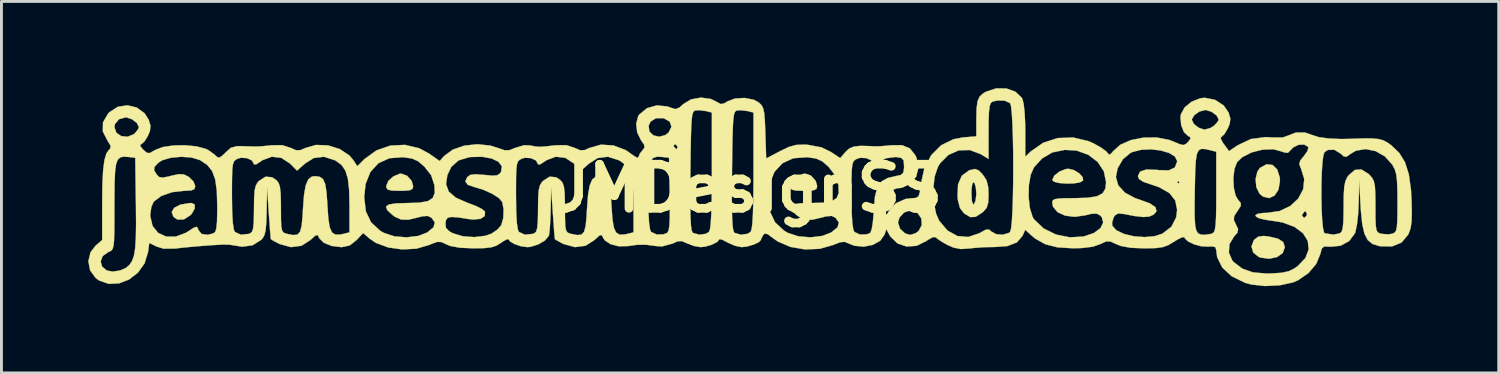
<source format=kicad_pcb>
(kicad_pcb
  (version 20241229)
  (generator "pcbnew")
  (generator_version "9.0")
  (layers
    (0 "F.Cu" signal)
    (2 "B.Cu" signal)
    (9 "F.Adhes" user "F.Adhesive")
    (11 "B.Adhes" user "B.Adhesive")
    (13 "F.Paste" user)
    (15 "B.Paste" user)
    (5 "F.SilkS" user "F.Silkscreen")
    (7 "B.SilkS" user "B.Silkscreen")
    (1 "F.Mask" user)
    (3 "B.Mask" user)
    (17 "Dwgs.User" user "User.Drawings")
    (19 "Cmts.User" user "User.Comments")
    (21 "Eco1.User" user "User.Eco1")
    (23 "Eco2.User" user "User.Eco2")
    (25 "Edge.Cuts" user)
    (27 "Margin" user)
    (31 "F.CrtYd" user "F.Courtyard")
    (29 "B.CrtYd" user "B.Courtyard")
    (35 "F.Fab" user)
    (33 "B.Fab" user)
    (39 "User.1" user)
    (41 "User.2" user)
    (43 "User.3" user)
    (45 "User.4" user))
  (footprint "JMDesignSS"
    (layer "F.Cu")
    (at 22.835 3.463)
    (property "Reference" "JMDesignSS" (at 0 0 0) (layer "F.SilkS") (effects (font (size 1.524 1.524) (thickness 0.3))))
    (attr through_hole)
    (fp_poly (pts (xy -19.15 0.564) (xy -19.154 0.704) (xy -19.258 0.881) (xy -19.304 0.931) (xy -19.528 1.075) (xy -19.748 1.08) (xy -19.888 0.984) (xy -19.948 0.819) (xy -19.862 0.673) (xy -19.654 0.564) (xy -19.348 0.511) (xy -19.251 0.508) (xy -19.15 0.564)) (stroke (width 0.01) (type solid)) (fill yes) (layer "F.SilkS"))
    (fp_poly (pts (xy 18.119 -0.808) (xy 18.28 -0.65) (xy 18.366 -0.378) (xy 18.373 -0.254) (xy 18.321 0.048) (xy 18.185 0.251) (xy 17.997 0.337) (xy 17.787 0.285) (xy 17.666 0.184) (xy 17.555 -0.041) (xy 17.531 -0.323) (xy 17.594 -0.584) (xy 17.681 -0.707) (xy 17.91 -0.833) (xy 18.119 -0.808)) (stroke (width 0.01) (type solid)) (fill yes) (layer "F.SilkS"))
    (fp_poly (pts (xy -11.808 -0.435) (xy -11.651 -0.259) (xy -11.599 -0.079) (xy -11.621 0.016) (xy -11.714 0.065) (xy -11.917 0.083) (xy -12.065 0.085) (xy -12.335 0.077) (xy -12.475 0.045) (xy -12.526 -0.026) (xy -12.531 -0.08) (xy -12.458 -0.256) (xy -12.283 -0.414) (xy -12.069 -0.503) (xy -12.01 -0.508) (xy -11.808 -0.435)) (stroke (width 0.01) (type solid)) (fill yes) (layer "F.SilkS"))
    (fp_poly (pts (xy 2.162 -0.435) (xy 2.319 -0.259) (xy 2.371 -0.079) (xy 2.349 0.016) (xy 2.256 0.065) (xy 2.053 0.083) (xy 1.905 0.085) (xy 1.635 0.077) (xy 1.495 0.045) (xy 1.444 -0.026) (xy 1.439 -0.08) (xy 1.512 -0.256) (xy 1.687 -0.414) (xy 1.901 -0.503) (xy 1.96 -0.508) (xy 2.162 -0.435)) (stroke (width 0.01) (type solid)) (fill yes) (layer "F.SilkS"))
    (fp_poly (pts (xy 11.249 -0.632) (xy 11.43 -0.521) (xy 11.552 -0.387) (xy 11.566 -0.269) (xy 11.565 -0.268) (xy 11.451 -0.205) (xy 11.239 -0.171) (xy 10.984 -0.165) (xy 10.739 -0.185) (xy 10.56 -0.23) (xy 10.499 -0.292) (xy 10.571 -0.441) (xy 10.748 -0.58) (xy 10.966 -0.667) (xy 11.058 -0.677) (xy 11.249 -0.632)) (stroke (width 0.01) (type solid)) (fill yes) (layer "F.SilkS"))
    (fp_poly (pts (xy 17.983 1.664) (xy 18.306 1.74) (xy 18.484 1.856) (xy 18.542 2.028) (xy 18.542 2.038) (xy 18.468 2.237) (xy 18.275 2.374) (xy 18.009 2.433) (xy 17.712 2.396) (xy 17.639 2.371) (xy 17.449 2.221) (xy 17.388 2.009) (xy 17.471 1.793) (xy 17.488 1.773) (xy 17.626 1.669) (xy 17.814 1.645) (xy 17.983 1.664)) (stroke (width 0.01) (type solid)) (fill yes) (layer "F.SilkS"))
    (fp_poly (pts (xy 7.963 -0.616) (xy 8.094 -0.48) (xy 8.226 -0.282) (xy 8.286 -0.042) (xy 8.297 0.21) (xy 8.285 0.494) (xy 8.233 0.671) (xy 8.119 0.803) (xy 8.074 0.841) (xy 7.85 0.984) (xy 7.669 0.995) (xy 7.469 0.878) (xy 7.449 0.862) (xy 7.31 0.684) (xy 7.237 0.405) (xy 7.225 0.291) (xy 7.229 0.169) (xy 7.705 0.169) (xy 7.719 0.427) (xy 7.76 0.548) (xy 7.789 0.55) (xy 7.844 0.439) (xy 7.873 0.229) (xy 7.874 0.169) (xy 7.854 -0.054) (xy 7.805 -0.197) (xy 7.789 -0.212) (xy 7.737 -0.169) (xy 7.709 0.02) (xy 7.705 0.169) (xy 7.229 0.169) (xy 7.241 -0.134) (xy 7.371 -0.436) (xy 7.619 -0.619) (xy 7.652 -0.632) (xy 7.829 -0.671) (xy 7.963 -0.616)) (stroke (width 0.01) (type solid)) (fill yes) (layer "F.SilkS"))
    (fp_poly (pts (xy 8.917 -3.453) (xy 9.224 -3.343) (xy 9.441 -3.138) (xy 9.473 -3.077) (xy 9.513 -2.907) (xy 9.544 -2.615) (xy 9.563 -2.247) (xy 9.567 -1.982) (xy 9.567 -1.094) (xy 9.758 -1.277) (xy 10.187 -1.577) (xy 10.686 -1.739) (xy 11.22 -1.759) (xy 11.753 -1.633) (xy 11.928 -1.555) (xy 12.178 -1.416) (xy 12.359 -1.285) (xy 12.421 -1.213) (xy 12.477 -1.155) (xy 12.567 -1.237) (xy 12.595 -1.275) (xy 12.85 -1.506) (xy 13.217 -1.668) (xy 13.653 -1.755) (xy 14.111 -1.76) (xy 14.546 -1.675) (xy 14.704 -1.614) (xy 14.925 -1.52) (xy 15.05 -1.499) (xy 15.14 -1.548) (xy 15.195 -1.605) (xy 15.285 -1.724) (xy 15.253 -1.784) (xy 15.2 -1.808) (xy 15.054 -1.943) (xy 14.958 -2.181) (xy 14.941 -2.371) (xy 15.325 -2.371) (xy 15.395 -2.228) (xy 15.56 -2.098) (xy 15.748 -2.033) (xy 15.769 -2.032) (xy 15.971 -2.087) (xy 16.101 -2.172) (xy 16.22 -2.304) (xy 16.256 -2.378) (xy 16.185 -2.517) (xy 16.016 -2.644) (xy 15.818 -2.708) (xy 15.79 -2.709) (xy 15.59 -2.657) (xy 15.413 -2.533) (xy 15.326 -2.387) (xy 15.325 -2.371) (xy 14.941 -2.371) (xy 14.934 -2.457) (xy 14.948 -2.561) (xy 15.077 -2.799) (xy 15.319 -2.997) (xy 15.618 -3.115) (xy 15.773 -3.132) (xy 16.129 -3.062) (xy 16.424 -2.87) (xy 16.596 -2.623) (xy 16.658 -2.413) (xy 16.634 -2.227) (xy 16.566 -2.068) (xy 16.456 -1.881) (xy 16.357 -1.782) (xy 16.34 -1.778) (xy 16.325 -1.72) (xy 16.401 -1.576) (xy 16.432 -1.533) (xy 16.613 -1.288) (xy 16.909 -1.488) (xy 17.365 -1.705) (xy 17.886 -1.774) (xy 18.152 -1.758) (xy 18.476 -1.761) (xy 18.671 -1.832) (xy 18.929 -1.931) (xy 19.241 -1.93) (xy 19.5 -1.841) (xy 19.717 -1.771) (xy 20.056 -1.725) (xy 20.473 -1.706) (xy 20.743 -1.71) (xy 21.207 -1.726) (xy 21.538 -1.727) (xy 21.771 -1.707) (xy 21.943 -1.662) (xy 22.088 -1.586) (xy 22.221 -1.491) (xy 22.499 -1.225) (xy 22.699 -0.898) (xy 22.83 -0.482) (xy 22.904 0.054) (xy 22.924 0.423) (xy 22.933 0.855) (xy 22.923 1.16) (xy 22.889 1.379) (xy 22.827 1.554) (xy 22.801 1.607) (xy 22.576 1.874) (xy 22.252 2.007) (xy 21.841 2.002) (xy 21.807 1.996) (xy 21.577 1.924) (xy 21.409 1.789) (xy 21.294 1.567) (xy 21.218 1.233) (xy 21.17 0.762) (xy 21.16 0.597) (xy 21.111 -0.296) (xy 21.096 0.49) (xy 21.077 0.888) (xy 21.037 1.244) (xy 20.983 1.503) (xy 20.965 1.554) (xy 20.769 1.82) (xy 20.471 1.983) (xy 20.118 2.02) (xy 20.074 2.015) (xy 19.901 2.008) (xy 19.816 2.087) (xy 19.772 2.261) (xy 19.629 2.61) (xy 19.359 2.929) (xy 19.003 3.175) (xy 18.821 3.253) (xy 18.366 3.352) (xy 17.86 3.377) (xy 17.383 3.325) (xy 17.167 3.266) (xy 16.705 3.039) (xy 16.38 2.74) (xy 16.202 2.382) (xy 16.182 2.222) (xy 16.607 2.222) (xy 16.724 2.493) (xy 16.771 2.547) (xy 17.073 2.776) (xy 17.44 2.905) (xy 17.911 2.946) (xy 18.084 2.942) (xy 18.435 2.918) (xy 18.678 2.865) (xy 18.875 2.768) (xy 18.987 2.688) (xy 19.255 2.407) (xy 19.367 2.109) (xy 19.335 1.817) (xy 19.169 1.55) (xy 18.878 1.332) (xy 18.474 1.182) (xy 18.255 1.143) (xy 17.885 1.089) (xy 17.658 1.037) (xy 17.548 0.978) (xy 17.53 0.936) (xy 19.135 0.936) (xy 19.199 1.014) (xy 19.219 1.016) (xy 19.294 0.947) (xy 19.304 0.884) (xy 19.263 0.796) (xy 19.219 0.804) (xy 19.138 0.913) (xy 19.135 0.936) (xy 17.53 0.936) (xy 17.526 0.926) (xy 17.602 0.88) (xy 17.795 0.851) (xy 17.929 0.847) (xy 18.366 0.783) (xy 18.733 0.608) (xy 19.009 0.349) (xy 19.04 0.29) (xy 19.806 0.29) (xy 19.814 0.704) (xy 19.832 1.07) (xy 19.859 1.355) (xy 19.896 1.523) (xy 19.918 1.553) (xy 20.218 1.6) (xy 20.44 1.557) (xy 20.502 1.505) (xy 20.542 1.385) (xy 20.565 1.169) (xy 20.573 0.825) (xy 20.574 0.637) (xy 20.578 0.228) (xy 20.596 -0.051) (xy 20.633 -0.24) (xy 20.695 -0.377) (xy 20.749 -0.454) (xy 20.964 -0.638) (xy 21.191 -0.653) (xy 21.435 -0.501) (xy 21.467 -0.47) (xy 21.56 -0.365) (xy 21.62 -0.249) (xy 21.655 -0.086) (xy 21.67 0.164) (xy 21.675 0.538) (xy 21.675 0.63) (xy 21.676 1.026) (xy 21.686 1.286) (xy 21.71 1.44) (xy 21.756 1.52) (xy 21.83 1.559) (xy 21.88 1.572) (xy 22.115 1.591) (xy 22.261 1.568) (xy 22.335 1.534) (xy 22.385 1.468) (xy 22.415 1.34) (xy 22.431 1.12) (xy 22.436 0.779) (xy 22.437 0.491) (xy 22.433 0.041) (xy 22.419 -0.276) (xy 22.39 -0.499) (xy 22.34 -0.665) (xy 22.264 -0.81) (xy 22.259 -0.818) (xy 22.004 -1.104) (xy 21.681 -1.288) (xy 21.332 -1.358) (xy 21.002 -1.303) (xy 20.824 -1.199) (xy 20.679 -1.096) (xy 20.583 -1.103) (xy 20.476 -1.199) (xy 20.253 -1.335) (xy 20.029 -1.329) (xy 19.914 -1.253) (xy 19.872 -1.131) (xy 19.841 -0.88) (xy 19.819 -0.537) (xy 19.808 -0.135) (xy 19.806 0.29) (xy 19.04 0.29) (xy 19.176 0.03) (xy 19.213 -0.323) (xy 19.104 -0.677) (xy 19.042 -0.834) (xy 19.074 -0.962) (xy 19.199 -1.115) (xy 19.322 -1.286) (xy 19.357 -1.417) (xy 19.351 -1.432) (xy 19.213 -1.516) (xy 19.014 -1.506) (xy 18.827 -1.412) (xy 18.767 -1.347) (xy 18.646 -1.227) (xy 18.509 -1.244) (xy 18.471 -1.263) (xy 18.155 -1.351) (xy 17.776 -1.34) (xy 17.393 -1.243) (xy 17.067 -1.076) (xy 16.888 -0.901) (xy 16.799 -0.672) (xy 16.762 -0.361) (xy 16.776 -0.033) (xy 16.839 0.247) (xy 16.92 0.387) (xy 17.017 0.506) (xy 17.019 0.606) (xy 16.921 0.76) (xy 16.9 0.788) (xy 16.789 0.963) (xy 16.78 1.096) (xy 16.851 1.249) (xy 16.927 1.416) (xy 16.899 1.537) (xy 16.786 1.664) (xy 16.628 1.926) (xy 16.607 2.222) (xy 16.182 2.222) (xy 16.171 2.136) (xy 16.14 2.033) (xy 16.015 2.005) (xy 15.886 2.015) (xy 15.655 2.003) (xy 15.406 1.936) (xy 15.195 1.835) (xy 15.079 1.724) (xy 15.071 1.69) (xy 15.009 1.684) (xy 14.849 1.759) (xy 14.717 1.84) (xy 14.515 1.961) (xy 14.324 2.031) (xy 14.086 2.065) (xy 13.744 2.074) (xy 13.68 2.074) (xy 13.213 2.055) (xy 12.878 1.994) (xy 12.713 1.928) (xy 12.513 1.838) (xy 12.368 1.833) (xy 12.188 1.913) (xy 12.162 1.926) (xy 11.901 2.018) (xy 11.524 2.064) (xy 11.218 2.072) (xy 10.681 2.04) (xy 10.257 1.932) (xy 9.905 1.733) (xy 9.748 1.601) (xy 9.567 1.432) (xy 9.471 1.642) (xy 9.277 1.869) (xy 8.944 1.997) (xy 8.504 2.028) (xy 8.148 2.034) (xy 7.766 2.063) (xy 7.656 2.076) (xy 7.34 2.098) (xy 7.086 2.049) (xy 6.879 1.958) (xy 6.658 1.833) (xy 6.507 1.726) (xy 6.478 1.694) (xy 6.381 1.683) (xy 6.2 1.781) (xy 6.146 1.82) (xy 5.813 1.986) (xy 5.468 2.012) (xy 5.151 1.905) (xy 4.906 1.671) (xy 4.867 1.606) (xy 4.762 1.41) (xy 4.703 1.595) (xy 4.554 1.809) (xy 4.297 1.954) (xy 3.98 2.016) (xy 3.656 1.984) (xy 3.478 1.913) (xy 3.324 1.85) (xy 3.167 1.862) (xy 2.935 1.953) (xy 2.928 1.956) (xy 2.461 2.09) (xy 1.949 2.111) (xy 1.445 2.024) (xy 1.005 1.835) (xy 0.842 1.719) (xy 0.663 1.585) (xy 0.56 1.561) (xy 0.502 1.616) (xy 0.434 1.747) (xy 0.425 1.786) (xy 0.35 1.864) (xy 0.17 1.946) (xy -0.053 2.01) (xy -0.237 2.032) (xy -0.465 1.987) (xy -0.716 1.878) (xy -0.741 1.864) (xy -0.915 1.773) (xy -1.01 1.755) (xy -1.016 1.766) (xy -1.089 1.856) (xy -1.269 1.947) (xy -1.493 2.013) (xy -1.659 2.032) (xy -1.888 1.993) (xy -2.121 1.903) (xy -2.31 1.823) (xy -2.465 1.834) (xy -2.636 1.911) (xy -2.996 2.009) (xy -3.207 1.994) (xy -3.555 1.948) (xy -3.86 1.952) (xy -4.172 1.996) (xy -4.489 2.003) (xy -4.776 1.929) (xy -4.979 1.792) (xy -5.038 1.694) (xy -5.082 1.612) (xy -5.159 1.631) (xy -5.305 1.762) (xy -5.33 1.787) (xy -5.639 1.985) (xy -6.002 2.032) (xy -6.391 1.926) (xy -6.439 1.903) (xy -6.611 1.81) (xy -6.697 1.757) (xy -6.699 1.755) (xy -6.709 1.668) (xy -6.727 1.448) (xy -6.75 1.131) (xy -6.77 0.847) (xy -6.83 -0.042) (xy -6.844 0.734) (xy -6.856 1.094) (xy -6.875 1.398) (xy -6.899 1.601) (xy -6.911 1.647) (xy -7.042 1.802) (xy -7.275 1.939) (xy -7.54 2.022) (xy -7.654 2.032) (xy -7.874 2.001) (xy -8.095 1.925) (xy -8.254 1.831) (xy -8.297 1.762) (xy -8.356 1.759) (xy -8.502 1.841) (xy -8.558 1.881) (xy -8.719 1.981) (xy -8.9 2.04) (xy -9.151 2.067) (xy -9.511 2.073) (xy -9.986 2.053) (xy -10.318 1.991) (xy -10.45 1.936) (xy -10.619 1.857) (xy -10.762 1.85) (xy -10.954 1.917) (xy -11.043 1.956) (xy -11.484 2.085) (xy -11.974 2.112) (xy -12.46 2.044) (xy -12.885 1.886) (xy -13.099 1.742) (xy -13.328 1.544) (xy -13.556 1.788) (xy -13.792 1.974) (xy -14.064 2.032) (xy -14.085 2.032) (xy -14.423 1.99) (xy -14.693 1.879) (xy -14.849 1.718) (xy -14.86 1.69) (xy -14.905 1.611) (xy -14.985 1.635) (xy -15.137 1.773) (xy -15.152 1.787) (xy -15.46 1.985) (xy -15.824 2.032) (xy -16.212 1.926) (xy -16.26 1.903) (xy -16.433 1.81) (xy -16.519 1.757) (xy -16.52 1.755) (xy -16.53 1.668) (xy -16.548 1.448) (xy -16.571 1.131) (xy -16.591 0.847) (xy -16.651 -0.042) (xy -16.665 0.783) (xy -16.677 1.182) (xy -16.701 1.448) (xy -16.743 1.621) (xy -16.812 1.738) (xy -16.847 1.776) (xy -17.151 1.968) (xy -17.513 2.018) (xy -17.676 1.991) (xy -17.942 1.949) (xy -18.161 1.942) (xy -18.597 1.967) (xy -19.088 2.005) (xy -19.552 2.049) (xy -19.829 2.081) (xy -20.232 2.085) (xy -20.476 2.009) (xy -20.724 1.885) (xy -20.767 2.209) (xy -20.888 2.597) (xy -21.117 2.916) (xy -21.421 3.151) (xy -21.767 3.285) (xy -22.124 3.302) (xy -22.459 3.186) (xy -22.578 3.099) (xy -22.77 2.834) (xy -22.828 2.525) (xy -22.405 2.525) (xy -22.354 2.708) (xy -22.19 2.841) (xy -21.987 2.879) (xy -21.734 2.84) (xy -21.536 2.755) (xy -21.413 2.65) (xy -21.32 2.516) (xy -21.254 2.33) (xy -21.211 2.068) (xy -21.188 1.708) (xy -21.18 1.227) (xy -21.183 0.907) (xy -20.689 0.907) (xy -20.689 0.959) (xy -20.611 1.298) (xy -20.419 1.538) (xy -20.143 1.666) (xy -19.812 1.67) (xy -19.459 1.537) (xy -19.375 1.485) (xy -19.184 1.36) (xy -19.087 1.328) (xy -19.042 1.383) (xy -19.025 1.442) (xy -18.913 1.577) (xy -18.701 1.606) (xy -18.507 1.557) (xy -18.445 1.506) (xy -18.406 1.389) (xy -18.383 1.177) (xy -18.374 0.841) (xy -18.373 0.605) (xy -18.384 0.235) (xy -17.865 0.235) (xy -17.858 0.793) (xy -17.836 1.188) (xy -17.8 1.427) (xy -17.763 1.507) (xy -17.557 1.602) (xy -17.283 1.574) (xy -17.237 1.557) (xy -17.172 1.502) (xy -17.131 1.376) (xy -17.11 1.147) (xy -17.103 0.786) (xy -17.103 0.711) (xy -17.098 0.323) (xy -17.079 0.066) (xy -17.038 -0.1) (xy -16.97 -0.214) (xy -16.933 -0.254) (xy -16.703 -0.404) (xy -16.475 -0.384) (xy -16.326 -0.283) (xy -16.253 -0.191) (xy -16.206 -0.051) (xy -16.181 0.173) (xy -16.172 0.517) (xy -16.171 0.689) (xy -16.169 1.07) (xy -16.159 1.315) (xy -16.131 1.457) (xy -16.08 1.529) (xy -15.996 1.564) (xy -15.966 1.572) (xy -15.75 1.615) (xy -15.603 1.6) (xy -15.51 1.501) (xy -15.455 1.296) (xy -15.423 0.958) (xy -15.409 0.71) (xy -15.373 0.229) (xy -15.315 -0.103) (xy -15.227 -0.308) (xy -15.103 -0.406) (xy -14.997 -0.422) (xy -14.832 -0.401) (xy -14.718 -0.322) (xy -14.643 -0.159) (xy -14.597 0.116) (xy -14.566 0.529) (xy -14.563 0.602) (xy -14.532 1.05) (xy -14.483 1.351) (xy -14.403 1.527) (xy -14.281 1.601) (xy -14.104 1.595) (xy -14.025 1.577) (xy -13.801 1.521) (xy -13.801 0.587) (xy -13.807 0.305) (xy -13.292 0.305) (xy -13.235 0.794) (xy -13.055 1.174) (xy -12.743 1.462) (xy -12.617 1.537) (xy -12.253 1.658) (xy -11.83 1.694) (xy -11.419 1.644) (xy -11.113 1.525) (xy -10.897 1.349) (xy -10.852 1.194) (xy -10.482 1.194) (xy -10.466 1.363) (xy -10.345 1.487) (xy -10.228 1.552) (xy -9.885 1.656) (xy -9.483 1.686) (xy -9.099 1.64) (xy -8.888 1.565) (xy -8.686 1.426) (xy -8.554 1.275) (xy -8.483 1.027) (xy -8.472 0.72) (xy -8.519 0.469) (xy -8.64 0.331) (xy -8.791 0.235) (xy -8.043 0.235) (xy -8.036 0.793) (xy -8.015 1.188) (xy -7.978 1.427) (xy -7.942 1.507) (xy -7.736 1.602) (xy -7.462 1.574) (xy -7.415 1.557) (xy -7.351 1.502) (xy -7.31 1.376) (xy -7.288 1.147) (xy -7.281 0.786) (xy -7.281 0.711) (xy -7.276 0.323) (xy -7.257 0.066) (xy -7.217 -0.1) (xy -7.149 -0.214) (xy -7.112 -0.254) (xy -6.881 -0.404) (xy -6.653 -0.384) (xy -6.505 -0.283) (xy -6.431 -0.191) (xy -6.385 -0.051) (xy -6.36 0.173) (xy -6.351 0.517) (xy -6.35 0.689) (xy -6.348 1.07) (xy -6.337 1.315) (xy -6.31 1.457) (xy -6.258 1.529) (xy -6.175 1.564) (xy -6.145 1.572) (xy -5.928 1.615) (xy -5.781 1.6) (xy -5.689 1.501) (xy -5.634 1.296) (xy -5.602 0.958) (xy -5.588 0.71) (xy -5.552 0.229) (xy -5.494 -0.103) (xy -5.406 -0.308) (xy -5.282 -0.406) (xy -5.175 -0.422) (xy -5.011 -0.401) (xy -4.897 -0.322) (xy -4.822 -0.159) (xy -4.775 0.116) (xy -4.745 0.529) (xy -4.741 0.602) (xy -4.71 1.05) (xy -4.661 1.351) (xy -4.582 1.527) (xy -4.46 1.601) (xy -4.283 1.595) (xy -4.204 1.577) (xy -3.979 1.521) (xy -3.979 0.587) (xy -3.987 0.247) (xy -3.471 0.247) (xy -3.464 0.803) (xy -3.442 1.195) (xy -3.405 1.432) (xy -3.37 1.507) (xy -3.18 1.595) (xy -2.942 1.59) (xy -2.813 1.537) (xy -2.769 1.464) (xy -2.74 1.297) (xy -2.725 1.015) (xy -2.723 0.6) (xy -2.728 0.205) (xy -2.73 0.084) (xy -2.018 0.084) (xy -2.017 0.612) (xy -2.009 1.005) (xy -1.994 1.277) (xy -1.971 1.446) (xy -1.938 1.528) (xy -1.928 1.538) (xy -1.708 1.603) (xy -1.478 1.572) (xy -1.372 1.507) (xy -1.336 1.415) (xy -1.309 1.209) (xy -1.289 0.878) (xy -1.277 0.409) (xy -1.274 0.084) (xy -0.579 0.084) (xy -0.578 0.612) (xy -0.57 1.005) (xy -0.555 1.277) (xy -0.531 1.446) (xy -0.499 1.528) (xy -0.488 1.538) (xy -0.269 1.603) (xy -0.038 1.572) (xy 0.068 1.507) (xy 0.103 1.415) (xy 0.13 1.209) (xy 0.15 0.878) (xy 0.162 0.409) (xy 0.163 0.305) (xy 0.678 0.305) (xy 0.735 0.794) (xy 0.915 1.174) (xy 1.227 1.462) (xy 1.353 1.537) (xy 1.717 1.658) (xy 2.14 1.694) (xy 2.551 1.644) (xy 2.857 1.525) (xy 3.073 1.349) (xy 3.122 1.181) (xy 3.005 1.015) (xy 3.003 1.014) (xy 2.871 0.952) (xy 2.679 0.968) (xy 2.549 1.003) (xy 2.208 1.084) (xy 1.96 1.08) (xy 1.747 0.987) (xy 1.662 0.925) (xy 1.478 0.756) (xy 1.43 0.636) (xy 1.527 0.559) (xy 1.776 0.519) (xy 2.153 0.508) (xy 2.588 0.494) (xy 2.879 0.441) (xy 3.047 0.335) (xy 3.086 0.235) (xy 3.556 0.235) (xy 3.563 0.793) (xy 3.585 1.188) (xy 3.621 1.427) (xy 3.658 1.507) (xy 3.844 1.594) (xy 4.078 1.593) (xy 4.203 1.544) (xy 4.253 1.432) (xy 4.295 1.187) (xy 4.295 1.185) (xy 5.165 1.185) (xy 5.238 1.398) (xy 5.415 1.56) (xy 5.588 1.609) (xy 5.774 1.551) (xy 5.878 1.476) (xy 5.99 1.265) (xy 5.972 1.04) (xy 5.844 0.855) (xy 5.63 0.764) (xy 5.588 0.762) (xy 5.376 0.835) (xy 5.214 1.012) (xy 5.165 1.185) (xy 4.295 1.185) (xy 4.325 0.845) (xy 4.33 0.743) (xy 4.368 0.287) (xy 4.45 -0.031) (xy 4.593 -0.237) (xy 4.814 -0.36) (xy 5.052 -0.416) (xy 5.263 -0.463) (xy 5.355 -0.547) (xy 5.376 -0.72) (xy 5.376 -0.763) (xy 5.361 -0.964) (xy 5.28 -1.052) (xy 5.088 -1.086) (xy 4.744 -1.039) (xy 4.559 -0.935) (xy 4.403 -0.84) (xy 4.321 -0.83) (xy 4.318 -0.841) (xy 4.245 -0.967) (xy 4.071 -1.046) (xy 3.861 -1.056) (xy 3.757 -1.027) (xy 3.677 -0.984) (xy 3.622 -0.924) (xy 3.587 -0.816) (xy 3.567 -0.634) (xy 3.558 -0.348) (xy 3.556 0.069) (xy 3.556 0.235) (xy 3.086 0.235) (xy 3.116 0.16) (xy 3.108 -0.097) (xy 3.106 -0.113) (xy 2.994 -0.453) (xy 2.764 -0.747) (xy 2.547 -0.935) (xy 2.332 -1.032) (xy 2.035 -1.075) (xy 2.017 -1.077) (xy 1.548 -1.042) (xy 1.17 -0.869) (xy 0.892 -0.567) (xy 0.725 -0.147) (xy 0.678 0.305) (xy 0.163 0.305) (xy 0.169 -0.21) (xy 0.169 -0.608) (xy 0.169 -2.621) (xy -0.036 -2.673) (xy -0.261 -2.702) (xy -0.395 -2.695) (xy -0.444 -2.675) (xy -0.482 -2.625) (xy -0.51 -2.524) (xy -0.531 -2.352) (xy -0.546 -2.089) (xy -0.557 -1.716) (xy -0.566 -1.212) (xy -0.573 -0.597) (xy -0.579 0.084) (xy -1.274 0.084) (xy -1.271 -0.21) (xy -1.27 -0.608) (xy -1.27 -2.621) (xy -1.475 -2.673) (xy -1.7 -2.702) (xy -1.835 -2.695) (xy -1.883 -2.675) (xy -1.921 -2.625) (xy -1.949 -2.524) (xy -1.97 -2.352) (xy -1.985 -2.089) (xy -1.996 -1.716) (xy -2.005 -1.212) (xy -2.012 -0.597) (xy -2.018 0.084) (xy -2.73 0.084) (xy -2.752 -1.058) (xy -2.99 -1.086) (xy -3.168 -1.093) (xy -3.297 -1.055) (xy -3.383 -0.946) (xy -3.435 -0.746) (xy -3.462 -0.431) (xy -3.471 0.022) (xy -3.471 0.247) (xy -3.987 0.247) (xy -3.992 0.058) (xy -4.035 -0.331) (xy -4.119 -0.61) (xy -4.252 -0.807) (xy -4.444 -0.95) (xy -4.485 -0.972) (xy -4.865 -1.093) (xy -5.217 -1.048) (xy -5.519 -0.857) (xy -5.792 -0.614) (xy -6.035 -0.857) (xy -6.336 -1.055) (xy -6.666 -1.094) (xy -6.991 -0.973) (xy -7.058 -0.925) (xy -7.206 -0.831) (xy -7.279 -0.828) (xy -7.281 -0.838) (xy -7.354 -0.966) (xy -7.529 -1.046) (xy -7.74 -1.057) (xy -7.842 -1.027) (xy -7.922 -0.984) (xy -7.978 -0.924) (xy -8.013 -0.816) (xy -8.032 -0.634) (xy -8.041 -0.348) (xy -8.043 0.069) (xy -8.043 0.235) (xy -8.791 0.235) (xy -8.875 0.182) (xy -9.172 0.048) (xy -9.461 -0.039) (xy -9.71 -0.123) (xy -9.796 -0.24) (xy -9.728 -0.391) (xy -9.624 -0.465) (xy -9.449 -0.488) (xy -9.157 -0.467) (xy -9.135 -0.465) (xy -8.855 -0.439) (xy -8.693 -0.452) (xy -8.602 -0.511) (xy -8.558 -0.579) (xy -8.533 -0.765) (xy -8.65 -0.919) (xy -8.883 -1.032) (xy -9.207 -1.091) (xy -9.596 -1.084) (xy -9.664 -1.076) (xy -10.03 -0.967) (xy -10.28 -0.743) (xy -10.416 -0.461) (xy -10.462 -0.146) (xy -10.368 0.111) (xy -10.122 0.323) (xy -9.718 0.5) (xy -9.703 0.505) (xy -9.421 0.613) (xy -9.209 0.72) (xy -9.114 0.803) (xy -9.123 0.957) (xy -9.267 1.053) (xy -9.518 1.079) (xy -9.674 1.062) (xy -10.039 1.005) (xy -10.271 0.988) (xy -10.401 1.015) (xy -10.462 1.093) (xy -10.482 1.194) (xy -10.852 1.194) (xy -10.848 1.181) (xy -10.965 1.015) (xy -10.967 1.014) (xy -11.099 0.952) (xy -11.291 0.968) (xy -11.421 1.003) (xy -11.762 1.084) (xy -12.01 1.08) (xy -12.223 0.987) (xy -12.308 0.925) (xy -12.492 0.756) (xy -12.54 0.636) (xy -12.443 0.559) (xy -12.194 0.519) (xy -11.817 0.508) (xy -11.382 0.494) (xy -11.091 0.441) (xy -10.923 0.335) (xy -10.854 0.16) (xy -10.862 -0.097) (xy -10.864 -0.113) (xy -10.976 -0.453) (xy -11.206 -0.747) (xy -11.423 -0.935) (xy -11.638 -1.032) (xy -11.935 -1.075) (xy -11.953 -1.077) (xy -12.422 -1.042) (xy -12.8 -0.869) (xy -13.078 -0.567) (xy -13.245 -0.147) (xy -13.292 0.305) (xy -13.807 0.305) (xy -13.813 0.058) (xy -13.856 -0.331) (xy -13.94 -0.61) (xy -14.073 -0.807) (xy -14.265 -0.95) (xy -14.306 -0.972) (xy -14.686 -1.093) (xy -15.038 -1.048) (xy -15.34 -0.857) (xy -15.613 -0.614) (xy -15.856 -0.857) (xy -16.158 -1.055) (xy -16.487 -1.094) (xy -16.812 -0.973) (xy -16.88 -0.925) (xy -17.027 -0.831) (xy -17.101 -0.828) (xy -17.103 -0.838) (xy -17.175 -0.966) (xy -17.35 -1.046) (xy -17.561 -1.057) (xy -17.664 -1.027) (xy -17.744 -0.984) (xy -17.799 -0.924) (xy -17.834 -0.816) (xy -17.854 -0.634) (xy -17.862 -0.348) (xy -17.865 0.069) (xy -17.865 0.235) (xy -18.384 0.235) (xy -18.389 0.076) (xy -18.445 -0.316) (xy -18.551 -0.601) (xy -18.719 -0.81) (xy -18.962 -0.972) (xy -18.975 -0.979) (xy -19.262 -1.067) (xy -19.617 -1.092) (xy -19.975 -1.059) (xy -20.274 -0.972) (xy -20.401 -0.892) (xy -20.541 -0.745) (xy -20.557 -0.627) (xy -20.466 -0.477) (xy -20.381 -0.392) (xy -20.263 -0.371) (xy -20.058 -0.41) (xy -19.966 -0.434) (xy -19.709 -0.491) (xy -19.537 -0.485) (xy -19.381 -0.411) (xy -19.355 -0.394) (xy -19.198 -0.241) (xy -19.135 -0.083) (xy -19.16 0.022) (xy -19.265 0.071) (xy -19.491 0.085) (xy -19.518 0.085) (xy -19.941 0.133) (xy -20.309 0.264) (xy -20.568 0.458) (xy -20.572 0.463) (xy -20.653 0.647) (xy -20.689 0.907) (xy -21.183 0.907) (xy -21.185 0.601) (xy -21.186 0.549) (xy -21.209 -1.058) (xy -21.447 -1.086) (xy -21.608 -1.096) (xy -21.729 -1.07) (xy -21.815 -0.988) (xy -21.872 -0.83) (xy -21.906 -0.573) (xy -21.923 -0.198) (xy -21.928 0.316) (xy -21.929 0.605) (xy -21.929 1.145) (xy -21.933 1.54) (xy -21.942 1.814) (xy -21.961 1.991) (xy -21.992 2.096) (xy -22.039 2.154) (xy -22.103 2.187) (xy -22.129 2.197) (xy -22.334 2.339) (xy -22.405 2.525) (xy -22.828 2.525) (xy -22.83 2.52) (xy -22.755 2.209) (xy -22.583 1.985) (xy -22.352 1.786) (xy -22.352 0.475) (xy -22.344 -0.153) (xy -22.319 -0.631) (xy -22.274 -0.976) (xy -22.206 -1.207) (xy -22.112 -1.342) (xy -22.08 -1.366) (xy -22.058 -1.469) (xy -22.17 -1.654) (xy -22.33 -1.969) (xy -22.327 -2.117) (xy -21.929 -2.117) (xy -21.859 -1.921) (xy -21.688 -1.805) (xy -21.468 -1.785) (xy -21.254 -1.876) (xy -21.215 -1.911) (xy -21.108 -2.047) (xy -21.082 -2.117) (xy -21.153 -2.261) (xy -21.321 -2.39) (xy -21.515 -2.455) (xy -21.537 -2.455) (xy -21.77 -2.391) (xy -21.909 -2.225) (xy -21.929 -2.117) (xy -22.327 -2.117) (xy -22.323 -2.284) (xy -22.148 -2.585) (xy -22.105 -2.631) (xy -21.81 -2.821) (xy -21.478 -2.872) (xy -21.155 -2.794) (xy -20.885 -2.596) (xy -20.742 -2.369) (xy -20.68 -2.159) (xy -20.704 -1.973) (xy -20.772 -1.814) (xy -20.886 -1.626) (xy -20.995 -1.528) (xy -21.015 -1.524) (xy -21.04 -1.476) (xy -20.949 -1.354) (xy -20.942 -1.346) (xy -20.812 -1.231) (xy -20.708 -1.22) (xy -20.551 -1.308) (xy -20.524 -1.325) (xy -20.26 -1.428) (xy -19.893 -1.483) (xy -19.482 -1.491) (xy -19.088 -1.452) (xy -18.77 -1.366) (xy -18.669 -1.314) (xy -18.484 -1.181) (xy -18.366 -1.076) (xy -18.359 -1.068) (xy -18.276 -1.073) (xy -18.137 -1.185) (xy -18.095 -1.231) (xy -17.906 -1.401) (xy -17.689 -1.46) (xy -17.558 -1.461) (xy -17.296 -1.452) (xy -17.082 -1.445) (xy -17.06 -1.445) (xy -16.874 -1.452) (xy -16.606 -1.477) (xy -16.499 -1.49) (xy -16.122 -1.493) (xy -15.843 -1.403) (xy -15.644 -1.317) (xy -15.49 -1.323) (xy -15.329 -1.395) (xy -14.957 -1.502) (xy -14.543 -1.486) (xy -14.143 -1.362) (xy -13.809 -1.142) (xy -13.666 -0.975) (xy -13.53 -0.766) (xy -13.285 -1.011) (xy -12.87 -1.312) (xy -12.39 -1.478) (xy -11.883 -1.504) (xy -11.389 -1.387) (xy -11.05 -1.204) (xy -10.682 -0.945) (xy -10.527 -1.119) (xy -10.229 -1.339) (xy -9.83 -1.477) (xy -9.379 -1.526) (xy -8.926 -1.478) (xy -8.66 -1.395) (xy -8.438 -1.317) (xy -8.269 -1.32) (xy -8.061 -1.403) (xy -7.753 -1.493) (xy -7.548 -1.484) (xy -7.383 -1.449) (xy -7.228 -1.437) (xy -7.023 -1.449) (xy -6.713 -1.485) (xy -6.678 -1.49) (xy -6.3 -1.493) (xy -6.022 -1.403) (xy -5.823 -1.317) (xy -5.669 -1.323) (xy -5.508 -1.395) (xy -5.108 -1.511) (xy -4.674 -1.484) (xy -4.245 -1.321) (xy -3.958 -1.12) (xy -3.846 -1.053) (xy -3.81 -1.081) (xy -3.755 -1.21) (xy -3.677 -1.306) (xy -3.597 -1.412) (xy -3.608 -1.472) (xy -2.596 -1.472) (xy -2.582 -1.439) (xy -2.506 -1.359) (xy -2.493 -1.355) (xy -2.456 -1.42) (xy -2.455 -1.439) (xy -2.52 -1.521) (xy -2.545 -1.524) (xy -2.596 -1.472) (xy -3.608 -1.472) (xy -3.617 -1.519) (xy -3.719 -1.662) (xy -3.852 -1.932) (xy -3.879 -2.167) (xy -3.457 -2.167) (xy -3.431 -1.965) (xy -3.292 -1.832) (xy -3.092 -1.786) (xy -2.879 -1.842) (xy -2.763 -1.935) (xy -2.667 -2.132) (xy -2.727 -2.307) (xy -2.929 -2.422) (xy -2.943 -2.426) (xy -3.2 -2.427) (xy -3.39 -2.309) (xy -3.457 -2.167) (xy -3.879 -2.167) (xy -3.887 -2.236) (xy -3.817 -2.5) (xy -3.786 -2.547) (xy -3.515 -2.772) (xy -3.17 -2.87) (xy -2.801 -2.831) (xy -2.683 -2.786) (xy -2.526 -2.741) (xy -2.389 -2.796) (xy -2.259 -2.913) (xy -1.99 -3.076) (xy -1.65 -3.138) (xy -1.312 -3.093) (xy -1.12 -3.001) (xy -0.964 -2.915) (xy -0.834 -2.942) (xy -0.743 -3.001) (xy -0.471 -3.107) (xy -0.136 -3.127) (xy 0.182 -3.063) (xy 0.35 -2.971) (xy 0.441 -2.884) (xy 0.501 -2.775) (xy 0.539 -2.608) (xy 0.562 -2.347) (xy 0.578 -1.954) (xy 0.579 -1.921) (xy 0.608 -1.033) (xy 1.087 -1.286) (xy 1.394 -1.433) (xy 1.644 -1.502) (xy 1.92 -1.513) (xy 2.046 -1.506) (xy 2.523 -1.417) (xy 2.846 -1.259) (xy 3.167 -1.046) (xy 3.35 -1.259) (xy 3.477 -1.376) (xy 3.638 -1.444) (xy 3.871 -1.47) (xy 4.219 -1.461) (xy 4.36 -1.453) (xy 4.547 -1.456) (xy 4.814 -1.478) (xy 4.923 -1.491) (xy 5.302 -1.494) (xy 5.573 -1.385) (xy 5.763 -1.148) (xy 5.808 -1.052) (xy 5.872 -0.712) (xy 5.793 -0.402) (xy 5.595 -0.159) (xy 5.303 -0.02) (xy 5.126 0) (xy 4.923 0.076) (xy 4.794 0.295) (xy 4.744 0.647) (xy 4.744 0.704) (xy 4.75 0.883) (xy 4.778 0.907) (xy 4.85 0.789) (xy 4.859 0.771) (xy 5.094 0.513) (xy 5.429 0.366) (xy 5.64 0.342) (xy 5.792 0.33) (xy 5.877 0.273) (xy 5.921 0.127) (xy 5.934 0.02) (xy 6.385 0.02) (xy 6.402 0.468) (xy 6.482 0.874) (xy 6.591 1.123) (xy 6.879 1.46) (xy 7.221 1.648) (xy 7.594 1.681) (xy 7.975 1.553) (xy 8.016 1.529) (xy 8.204 1.429) (xy 8.313 1.423) (xy 8.386 1.487) (xy 8.559 1.584) (xy 8.795 1.602) (xy 9.002 1.539) (xy 9.042 1.507) (xy 9.076 1.391) (xy 9.103 1.134) (xy 9.124 0.764) (xy 9.139 0.31) (xy 9.139 0.296) (xy 9.682 0.296) (xy 9.725 0.681) (xy 9.821 0.989) (xy 9.872 1.073) (xy 10.203 1.387) (xy 10.629 1.597) (xy 11.105 1.693) (xy 11.582 1.666) (xy 11.938 1.545) (xy 12.166 1.376) (xy 12.259 1.187) (xy 12.568 1.187) (xy 12.577 1.293) (xy 12.721 1.453) (xy 12.985 1.577) (xy 13.323 1.657) (xy 13.69 1.685) (xy 14.039 1.654) (xy 14.308 1.567) (xy 14.62 1.326) (xy 14.786 1) (xy 14.817 0.739) (xy 14.793 0.622) (xy 15.421 0.622) (xy 15.425 1.018) (xy 15.443 1.291) (xy 15.482 1.463) (xy 15.547 1.558) (xy 15.641 1.599) (xy 15.762 1.607) (xy 15.971 1.578) (xy 16.037 1.557) (xy 16.088 1.517) (xy 16.124 1.424) (xy 16.148 1.255) (xy 16.163 0.986) (xy 16.17 0.592) (xy 16.171 0.12) (xy 16.171 -1.267) (xy 15.966 -1.318) (xy 15.784 -1.36) (xy 15.651 -1.364) (xy 15.559 -1.312) (xy 15.498 -1.181) (xy 15.463 -0.95) (xy 15.443 -0.599) (xy 15.432 -0.106) (xy 15.428 0.079) (xy 15.421 0.622) (xy 14.793 0.622) (xy 14.752 0.417) (xy 14.551 0.162) (xy 14.202 -0.037) (xy 13.936 -0.128) (xy 13.694 -0.212) (xy 14.817 -0.212) (xy 14.859 -0.169) (xy 14.901 -0.212) (xy 14.859 -0.254) (xy 14.817 -0.212) (xy 13.694 -0.212) (xy 13.649 -0.227) (xy 13.501 -0.322) (xy 13.462 -0.424) (xy 13.536 -0.579) (xy 13.753 -0.652) (xy 14.111 -0.64) (xy 14.181 -0.631) (xy 14.525 -0.622) (xy 14.737 -0.719) (xy 14.816 -0.921) (xy 14.817 -0.946) (xy 14.74 -1.102) (xy 14.536 -1.226) (xy 14.247 -1.31) (xy 13.913 -1.349) (xy 13.576 -1.334) (xy 13.275 -1.258) (xy 13.205 -1.226) (xy 12.943 -1.007) (xy 12.761 -0.696) (xy 12.7 -0.397) (xy 12.781 -0.105) (xy 13.01 0.147) (xy 13.367 0.339) (xy 13.503 0.384) (xy 13.87 0.517) (xy 14.071 0.653) (xy 14.105 0.792) (xy 14.009 0.905) (xy 13.86 0.974) (xy 13.646 0.991) (xy 13.333 0.955) (xy 12.983 0.887) (xy 12.779 0.867) (xy 12.662 0.939) (xy 12.623 1.001) (xy 12.568 1.187) (xy 12.259 1.187) (xy 12.261 1.182) (xy 12.212 0.995) (xy 12.153 0.934) (xy 12.034 0.873) (xy 11.863 0.878) (xy 11.645 0.931) (xy 11.275 0.984) (xy 10.942 0.943) (xy 10.68 0.821) (xy 10.525 0.632) (xy 10.499 0.495) (xy 10.515 0.421) (xy 10.583 0.375) (xy 10.737 0.35) (xy 11.006 0.34) (xy 11.275 0.339) (xy 11.731 0.324) (xy 12.044 0.274) (xy 12.237 0.174) (xy 12.335 0.014) (xy 12.361 -0.212) (xy 12.283 -0.592) (xy 12.068 -0.916) (xy 11.745 -1.161) (xy 11.343 -1.306) (xy 10.94 -1.331) (xy 10.501 -1.242) (xy 10.147 -1.033) (xy 9.869 -0.729) (xy 9.754 -0.469) (xy 9.691 -0.107) (xy 9.682 0.296) (xy 9.139 0.296) (xy 9.148 -0.199) (xy 9.151 -0.736) (xy 9.148 -1.273) (xy 9.138 -1.78) (xy 9.123 -2.229) (xy 9.101 -2.592) (xy 9.074 -2.842) (xy 9.042 -2.946) (xy 8.855 -3.033) (xy 8.596 -3.038) (xy 8.431 -2.997) (xy 8.372 -2.947) (xy 8.333 -2.835) (xy 8.31 -2.631) (xy 8.299 -2.306) (xy 8.297 -1.982) (xy 8.297 -1.018) (xy 8.022 -1.186) (xy 7.646 -1.326) (xy 7.263 -1.313) (xy 6.91 -1.156) (xy 6.621 -0.866) (xy 6.546 -0.745) (xy 6.432 -0.406) (xy 6.385 0.02) (xy 5.934 0.02) (xy 5.95 -0.116) (xy 6.074 -0.684) (xy 6.313 -1.146) (xy 6.655 -1.489) (xy 7.087 -1.7) (xy 7.414 -1.761) (xy 7.874 -1.799) (xy 7.874 -2.374) (xy 7.882 -2.757) (xy 7.916 -3.01) (xy 7.988 -3.174) (xy 8.115 -3.288) (xy 8.219 -3.347) (xy 8.567 -3.458) (xy 8.917 -3.453)) (stroke (width 0.01) (type solid)) (fill yes) (layer "F.SilkS")))
  (gr_rect
    (start -3 -3)
    (end 48.773 9.845)
    (stroke (width 0.1) (type default))
    (fill no)
    (layer "Edge.Cuts")))
</source>
